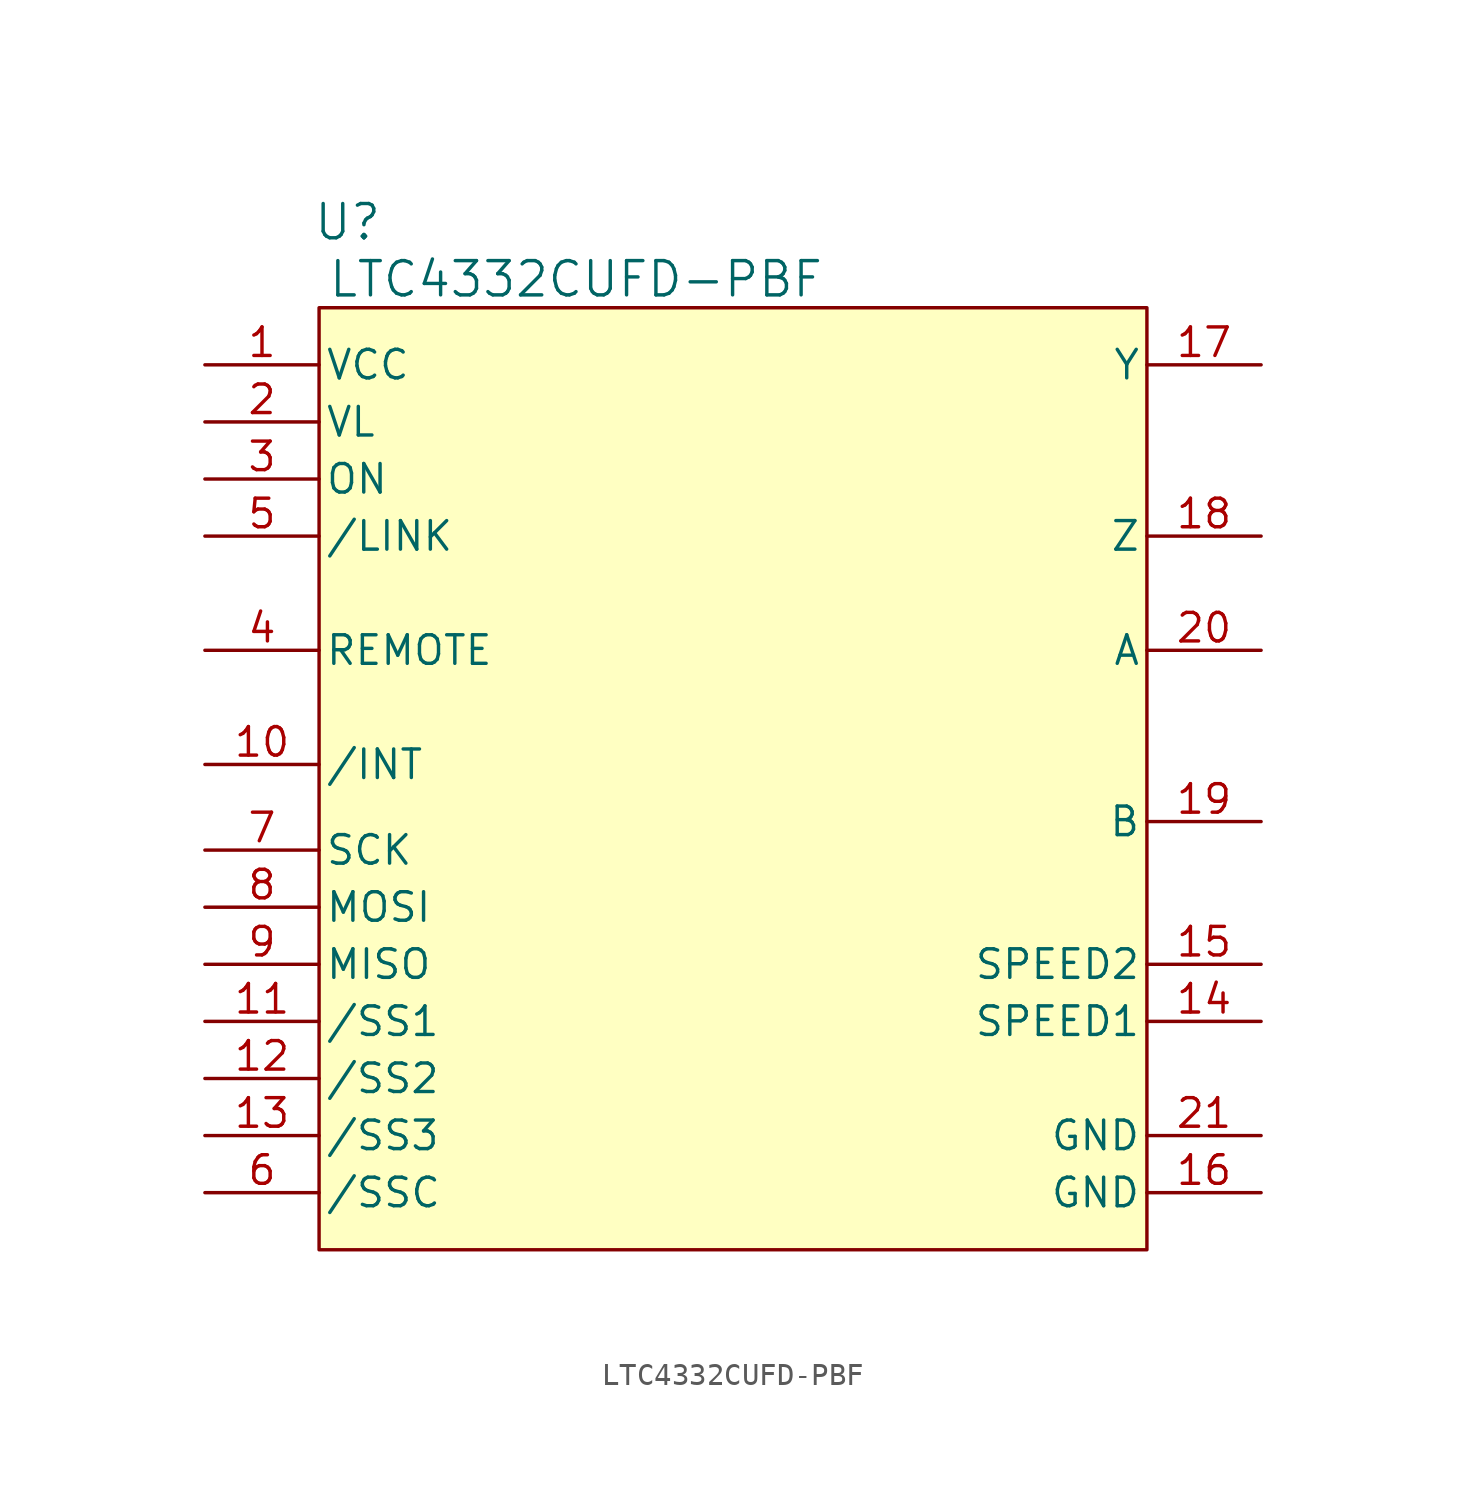
<source format=kicad_sym>
(kicad_symbol_lib
  (version 20241209)
  (generator "kicad_symbol_editor")
  (generator_version "9.0")
  (symbol "LTC4332CUFD-PBF"
    (pin_names
      (offset 0.254))
    (property "Reference" "U"
      (at 6.35 6.35 0)
      (effects (font (size 1.524 1.524))))
    (property "Value" "LTC4332CUFD-PBF"
      (at 16.51 3.81 0)
      (effects (font (size 1.524 1.524))))
    (symbol "LTC4332CUFD-PBF_1_1"
      (rectangle (start 5.08 2.54) (end 41.91 -39.37) (stroke (width 0) (type default)) (fill (type background)))
      (pin power_in line (at 0 0 0) (length 5.08) (name "VCC" (effects (font (size 1.27 1.27)))) (number "1" (effects (font (size 1.27 1.27)))))
      (pin power_in line (at 0 -2.54 0) (length 5.08) (name "VL" (effects (font (size 1.27 1.27)))) (number "2" (effects (font (size 1.27 1.27)))))
      (pin input line (at 0 -5.08 0) (length 5.08) (name "ON" (effects (font (size 1.27 1.27)))) (number "3" (effects (font (size 1.27 1.27)))))
      (pin output line (at 0 -7.62 0) (length 5.08) (name "/LINK" (effects (font (size 1.27 1.27)))) (number "5" (effects (font (size 1.27 1.27)))))
      (pin input line (at 0 -12.7 0) (length 5.08) (name "REMOTE" (effects (font (size 1.27 1.27)))) (number "4" (effects (font (size 1.27 1.27)))))
      (pin output line (at 0 -17.78 0) (length 5.08) (name "/INT" (effects (font (size 1.27 1.27)))) (number "10" (effects (font (size 1.27 1.27)))))
      (pin bidirectional line (at 0 -21.59 0) (length 5.08) (name "SCK" (effects (font (size 1.27 1.27)))) (number "7" (effects (font (size 1.27 1.27)))))
      (pin bidirectional line (at 0 -24.13 0) (length 5.08) (name "MOSI" (effects (font (size 1.27 1.27)))) (number "8" (effects (font (size 1.27 1.27)))))
      (pin bidirectional line (at 0 -26.67 0) (length 5.08) (name "MISO" (effects (font (size 1.27 1.27)))) (number "9" (effects (font (size 1.27 1.27)))))
      (pin bidirectional line (at 0 -29.21 0) (length 5.08) (name "/SS1" (effects (font (size 1.27 1.27)))) (number "11" (effects (font (size 1.27 1.27)))))
      (pin bidirectional line (at 0 -31.75 0) (length 5.08) (name "/SS2" (effects (font (size 1.27 1.27)))) (number "12" (effects (font (size 1.27 1.27)))))
      (pin bidirectional line (at 0 -34.29 0) (length 5.08) (name "/SS3" (effects (font (size 1.27 1.27)))) (number "13" (effects (font (size 1.27 1.27)))))
      (pin input line (at 0 -36.83 0) (length 5.08) (name "/SSC" (effects (font (size 1.27 1.27)))) (number "6" (effects (font (size 1.27 1.27)))))
      (pin output line (at 46.99 0 180) (length 5.08) (name "Y" (effects (font (size 1.27 1.27)))) (number "17" (effects (font (size 1.27 1.27)))))
      (pin output line (at 46.99 -7.62 180) (length 5.08) (name "Z" (effects (font (size 1.27 1.27)))) (number "18" (effects (font (size 1.27 1.27)))))
      (pin input line (at 46.99 -12.7 180) (length 5.08) (name "A" (effects (font (size 1.27 1.27)))) (number "20" (effects (font (size 1.27 1.27)))))
      (pin input line (at 46.99 -20.32 180) (length 5.08) (name "B" (effects (font (size 1.27 1.27)))) (number "19" (effects (font (size 1.27 1.27)))))
      (pin input line (at 46.99 -26.67 180) (length 5.08) (name "SPEED2" (effects (font (size 1.27 1.27)))) (number "15" (effects (font (size 1.27 1.27)))))
      (pin input line (at 46.99 -29.21 180) (length 5.08) (name "SPEED1" (effects (font (size 1.27 1.27)))) (number "14" (effects (font (size 1.27 1.27)))))
      (pin power_in line (at 46.99 -34.29 180) (length 5.08) (name "GND" (effects (font (size 1.27 1.27)))) (number "21" (effects (font (size 1.27 1.27)))))
      (pin power_in line (at 46.99 -36.83 180) (length 5.08) (name "GND" (effects (font (size 1.27 1.27)))) (number "16" (effects (font (size 1.27 1.27))))))))
</source>
